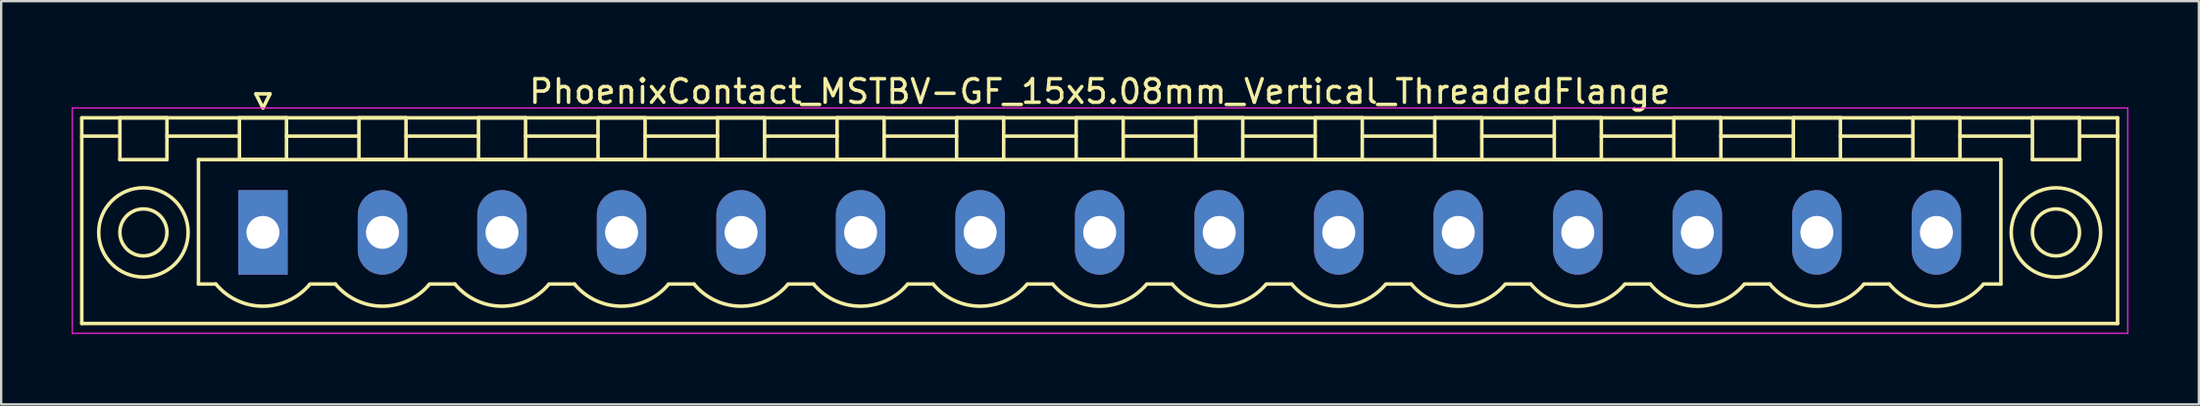
<source format=kicad_pcb>
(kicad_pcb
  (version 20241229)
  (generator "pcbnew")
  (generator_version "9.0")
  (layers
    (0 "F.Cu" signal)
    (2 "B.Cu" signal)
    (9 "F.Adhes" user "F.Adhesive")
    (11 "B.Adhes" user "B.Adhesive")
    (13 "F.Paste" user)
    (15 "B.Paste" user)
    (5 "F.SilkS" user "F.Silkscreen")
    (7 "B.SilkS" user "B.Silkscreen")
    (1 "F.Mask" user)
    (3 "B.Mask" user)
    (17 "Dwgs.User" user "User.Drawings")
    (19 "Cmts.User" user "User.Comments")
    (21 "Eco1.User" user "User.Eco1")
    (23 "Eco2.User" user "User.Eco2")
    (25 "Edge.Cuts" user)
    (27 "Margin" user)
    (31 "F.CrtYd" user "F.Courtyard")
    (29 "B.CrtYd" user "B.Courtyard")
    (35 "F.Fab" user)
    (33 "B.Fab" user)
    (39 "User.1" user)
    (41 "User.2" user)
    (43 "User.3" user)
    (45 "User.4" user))
  (footprint "PhoenixContact_MSTBV-GF_15x5.08mm_Vertical_ThreadedFlange"
    (layer "F.Cu")
    (at 8.125 6.848)
    (property "Reference" "PhoenixContact_MSTBV-GF_15x5.08mm_Vertical_ThreadedFlange" (at 35.56 -6 0) (layer "F.SilkS") (effects (font (size 1 1) (thickness 0.15))))
    (attr through_hole)
    (fp_line (start -7.7 -4.88) (end -7.7 3.88) (stroke (width 0.15) (type solid)) (layer "F.SilkS"))
    (fp_line (start -7.7 -4.1) (end -6.16 -4.1) (stroke (width 0.15) (type solid)) (layer "F.SilkS"))
    (fp_line (start -7.7 3.88) (end 78.82 3.88) (stroke (width 0.15) (type solid)) (layer "F.SilkS"))
    (fp_line (start -6.08 -4.88) (end -4.08 -4.88) (stroke (width 0.15) (type solid)) (layer "F.SilkS"))
    (fp_line (start -6.08 -3.1) (end -6.08 -4.88) (stroke (width 0.15) (type solid)) (layer "F.SilkS"))
    (fp_line (start -4.08 -4.88) (end -4.08 -3.1) (stroke (width 0.15) (type solid)) (layer "F.SilkS"))
    (fp_line (start -4.08 -4.1) (end -1 -4.1) (stroke (width 0.15) (type solid)) (layer "F.SilkS"))
    (fp_line (start -4.08 -3.1) (end -6.08 -3.1) (stroke (width 0.15) (type solid)) (layer "F.SilkS"))
    (fp_line (start -2.74 -3.1) (end 73.86 -3.1) (stroke (width 0.15) (type solid)) (layer "F.SilkS"))
    (fp_line (start -2.74 2.2) (end -2.74 -3.1) (stroke (width 0.15) (type solid)) (layer "F.SilkS"))
    (fp_line (start -2 2.2) (end -2.74 2.2) (stroke (width 0.15) (type solid)) (layer "F.SilkS"))
    (fp_line (start -1 -4.88) (end 1 -4.88) (stroke (width 0.15) (type solid)) (layer "F.SilkS"))
    (fp_line (start -1 -3.1) (end -1 -4.88) (stroke (width 0.15) (type solid)) (layer "F.SilkS"))
    (fp_line (start -0.3 -5.9) (end 0 -5.3) (stroke (width 0.15) (type solid)) (layer "F.SilkS"))
    (fp_line (start 0 -5.3) (end 0.3 -5.9) (stroke (width 0.15) (type solid)) (layer "F.SilkS"))
    (fp_line (start 0.3 -5.9) (end -0.3 -5.9) (stroke (width 0.15) (type solid)) (layer "F.SilkS"))
    (fp_line (start 1 -4.88) (end 1 -3.1) (stroke (width 0.15) (type solid)) (layer "F.SilkS"))
    (fp_line (start 1 -4.1) (end 4.08 -4.1) (stroke (width 0.15) (type solid)) (layer "F.SilkS"))
    (fp_line (start 1 -3.1) (end -1 -3.1) (stroke (width 0.15) (type solid)) (layer "F.SilkS"))
    (fp_line (start 2 2.2) (end 3.08 2.2) (stroke (width 0.15) (type solid)) (layer "F.SilkS"))
    (fp_line (start 4.08 -4.88) (end 6.08 -4.88) (stroke (width 0.15) (type solid)) (layer "F.SilkS"))
    (fp_line (start 4.08 -3.1) (end 4.08 -4.88) (stroke (width 0.15) (type solid)) (layer "F.SilkS"))
    (fp_line (start 6.08 -4.88) (end 6.08 -3.1) (stroke (width 0.15) (type solid)) (layer "F.SilkS"))
    (fp_line (start 6.08 -4.1) (end 9.16 -4.1) (stroke (width 0.15) (type solid)) (layer "F.SilkS"))
    (fp_line (start 6.08 -3.1) (end 4.08 -3.1) (stroke (width 0.15) (type solid)) (layer "F.SilkS"))
    (fp_line (start 7.08 2.2) (end 8.16 2.2) (stroke (width 0.15) (type solid)) (layer "F.SilkS"))
    (fp_line (start 9.16 -4.88) (end 11.16 -4.88) (stroke (width 0.15) (type solid)) (layer "F.SilkS"))
    (fp_line (start 9.16 -3.1) (end 9.16 -4.88) (stroke (width 0.15) (type solid)) (layer "F.SilkS"))
    (fp_line (start 11.16 -4.88) (end 11.16 -3.1) (stroke (width 0.15) (type solid)) (layer "F.SilkS"))
    (fp_line (start 11.16 -4.1) (end 14.24 -4.1) (stroke (width 0.15) (type solid)) (layer "F.SilkS"))
    (fp_line (start 11.16 -3.1) (end 9.16 -3.1) (stroke (width 0.15) (type solid)) (layer "F.SilkS"))
    (fp_line (start 12.16 2.2) (end 13.24 2.2) (stroke (width 0.15) (type solid)) (layer "F.SilkS"))
    (fp_line (start 14.24 -4.88) (end 16.24 -4.88) (stroke (width 0.15) (type solid)) (layer "F.SilkS"))
    (fp_line (start 14.24 -3.1) (end 14.24 -4.88) (stroke (width 0.15) (type solid)) (layer "F.SilkS"))
    (fp_line (start 16.24 -4.88) (end 16.24 -3.1) (stroke (width 0.15) (type solid)) (layer "F.SilkS"))
    (fp_line (start 16.24 -4.1) (end 19.32 -4.1) (stroke (width 0.15) (type solid)) (layer "F.SilkS"))
    (fp_line (start 16.24 -3.1) (end 14.24 -3.1) (stroke (width 0.15) (type solid)) (layer "F.SilkS"))
    (fp_line (start 17.24 2.2) (end 18.32 2.2) (stroke (width 0.15) (type solid)) (layer "F.SilkS"))
    (fp_line (start 19.32 -4.88) (end 21.32 -4.88) (stroke (width 0.15) (type solid)) (layer "F.SilkS"))
    (fp_line (start 19.32 -3.1) (end 19.32 -4.88) (stroke (width 0.15) (type solid)) (layer "F.SilkS"))
    (fp_line (start 21.32 -4.88) (end 21.32 -3.1) (stroke (width 0.15) (type solid)) (layer "F.SilkS"))
    (fp_line (start 21.32 -4.1) (end 24.4 -4.1) (stroke (width 0.15) (type solid)) (layer "F.SilkS"))
    (fp_line (start 21.32 -3.1) (end 19.32 -3.1) (stroke (width 0.15) (type solid)) (layer "F.SilkS"))
    (fp_line (start 22.32 2.2) (end 23.4 2.2) (stroke (width 0.15) (type solid)) (layer "F.SilkS"))
    (fp_line (start 24.4 -4.88) (end 26.4 -4.88) (stroke (width 0.15) (type solid)) (layer "F.SilkS"))
    (fp_line (start 24.4 -3.1) (end 24.4 -4.88) (stroke (width 0.15) (type solid)) (layer "F.SilkS"))
    (fp_line (start 26.4 -4.88) (end 26.4 -3.1) (stroke (width 0.15) (type solid)) (layer "F.SilkS"))
    (fp_line (start 26.4 -4.1) (end 29.48 -4.1) (stroke (width 0.15) (type solid)) (layer "F.SilkS"))
    (fp_line (start 26.4 -3.1) (end 24.4 -3.1) (stroke (width 0.15) (type solid)) (layer "F.SilkS"))
    (fp_line (start 27.4 2.2) (end 28.48 2.2) (stroke (width 0.15) (type solid)) (layer "F.SilkS"))
    (fp_line (start 29.48 -4.88) (end 31.48 -4.88) (stroke (width 0.15) (type solid)) (layer "F.SilkS"))
    (fp_line (start 29.48 -3.1) (end 29.48 -4.88) (stroke (width 0.15) (type solid)) (layer "F.SilkS"))
    (fp_line (start 31.48 -4.88) (end 31.48 -3.1) (stroke (width 0.15) (type solid)) (layer "F.SilkS"))
    (fp_line (start 31.48 -4.1) (end 34.56 -4.1) (stroke (width 0.15) (type solid)) (layer "F.SilkS"))
    (fp_line (start 31.48 -3.1) (end 29.48 -3.1) (stroke (width 0.15) (type solid)) (layer "F.SilkS"))
    (fp_line (start 32.48 2.2) (end 33.56 2.2) (stroke (width 0.15) (type solid)) (layer "F.SilkS"))
    (fp_line (start 34.56 -4.88) (end 36.56 -4.88) (stroke (width 0.15) (type solid)) (layer "F.SilkS"))
    (fp_line (start 34.56 -3.1) (end 34.56 -4.88) (stroke (width 0.15) (type solid)) (layer "F.SilkS"))
    (fp_line (start 36.56 -4.88) (end 36.56 -3.1) (stroke (width 0.15) (type solid)) (layer "F.SilkS"))
    (fp_line (start 36.56 -4.1) (end 39.64 -4.1) (stroke (width 0.15) (type solid)) (layer "F.SilkS"))
    (fp_line (start 36.56 -3.1) (end 34.56 -3.1) (stroke (width 0.15) (type solid)) (layer "F.SilkS"))
    (fp_line (start 37.56 2.2) (end 38.64 2.2) (stroke (width 0.15) (type solid)) (layer "F.SilkS"))
    (fp_line (start 39.64 -4.88) (end 41.64 -4.88) (stroke (width 0.15) (type solid)) (layer "F.SilkS"))
    (fp_line (start 39.64 -3.1) (end 39.64 -4.88) (stroke (width 0.15) (type solid)) (layer "F.SilkS"))
    (fp_line (start 41.64 -4.88) (end 41.64 -3.1) (stroke (width 0.15) (type solid)) (layer "F.SilkS"))
    (fp_line (start 41.64 -4.1) (end 44.72 -4.1) (stroke (width 0.15) (type solid)) (layer "F.SilkS"))
    (fp_line (start 41.64 -3.1) (end 39.64 -3.1) (stroke (width 0.15) (type solid)) (layer "F.SilkS"))
    (fp_line (start 42.64 2.2) (end 43.72 2.2) (stroke (width 0.15) (type solid)) (layer "F.SilkS"))
    (fp_line (start 44.72 -4.88) (end 46.72 -4.88) (stroke (width 0.15) (type solid)) (layer "F.SilkS"))
    (fp_line (start 44.72 -3.1) (end 44.72 -4.88) (stroke (width 0.15) (type solid)) (layer "F.SilkS"))
    (fp_line (start 46.72 -4.88) (end 46.72 -3.1) (stroke (width 0.15) (type solid)) (layer "F.SilkS"))
    (fp_line (start 46.72 -4.1) (end 49.8 -4.1) (stroke (width 0.15) (type solid)) (layer "F.SilkS"))
    (fp_line (start 46.72 -3.1) (end 44.72 -3.1) (stroke (width 0.15) (type solid)) (layer "F.SilkS"))
    (fp_line (start 47.72 2.2) (end 48.8 2.2) (stroke (width 0.15) (type solid)) (layer "F.SilkS"))
    (fp_line (start 49.8 -4.88) (end 51.8 -4.88) (stroke (width 0.15) (type solid)) (layer "F.SilkS"))
    (fp_line (start 49.8 -3.1) (end 49.8 -4.88) (stroke (width 0.15) (type solid)) (layer "F.SilkS"))
    (fp_line (start 51.8 -4.88) (end 51.8 -3.1) (stroke (width 0.15) (type solid)) (layer "F.SilkS"))
    (fp_line (start 51.8 -4.1) (end 54.88 -4.1) (stroke (width 0.15) (type solid)) (layer "F.SilkS"))
    (fp_line (start 51.8 -3.1) (end 49.8 -3.1) (stroke (width 0.15) (type solid)) (layer "F.SilkS"))
    (fp_line (start 52.8 2.2) (end 53.88 2.2) (stroke (width 0.15) (type solid)) (layer "F.SilkS"))
    (fp_line (start 54.88 -4.88) (end 56.88 -4.88) (stroke (width 0.15) (type solid)) (layer "F.SilkS"))
    (fp_line (start 54.88 -3.1) (end 54.88 -4.88) (stroke (width 0.15) (type solid)) (layer "F.SilkS"))
    (fp_line (start 56.88 -4.88) (end 56.88 -3.1) (stroke (width 0.15) (type solid)) (layer "F.SilkS"))
    (fp_line (start 56.88 -4.1) (end 59.96 -4.1) (stroke (width 0.15) (type solid)) (layer "F.SilkS"))
    (fp_line (start 56.88 -3.1) (end 54.88 -3.1) (stroke (width 0.15) (type solid)) (layer "F.SilkS"))
    (fp_line (start 57.88 2.2) (end 58.96 2.2) (stroke (width 0.15) (type solid)) (layer "F.SilkS"))
    (fp_line (start 59.96 -4.88) (end 61.96 -4.88) (stroke (width 0.15) (type solid)) (layer "F.SilkS"))
    (fp_line (start 59.96 -3.1) (end 59.96 -4.88) (stroke (width 0.15) (type solid)) (layer "F.SilkS"))
    (fp_line (start 61.96 -4.88) (end 61.96 -3.1) (stroke (width 0.15) (type solid)) (layer "F.SilkS"))
    (fp_line (start 61.96 -4.1) (end 65.04 -4.1) (stroke (width 0.15) (type solid)) (layer "F.SilkS"))
    (fp_line (start 61.96 -3.1) (end 59.96 -3.1) (stroke (width 0.15) (type solid)) (layer "F.SilkS"))
    (fp_line (start 62.96 2.2) (end 64.04 2.2) (stroke (width 0.15) (type solid)) (layer "F.SilkS"))
    (fp_line (start 65.04 -4.88) (end 67.04 -4.88) (stroke (width 0.15) (type solid)) (layer "F.SilkS"))
    (fp_line (start 65.04 -3.1) (end 65.04 -4.88) (stroke (width 0.15) (type solid)) (layer "F.SilkS"))
    (fp_line (start 67.04 -4.88) (end 67.04 -3.1) (stroke (width 0.15) (type solid)) (layer "F.SilkS"))
    (fp_line (start 67.04 -4.1) (end 70.12 -4.1) (stroke (width 0.15) (type solid)) (layer "F.SilkS"))
    (fp_line (start 67.04 -3.1) (end 65.04 -3.1) (stroke (width 0.15) (type solid)) (layer "F.SilkS"))
    (fp_line (start 68.04 2.2) (end 69.12 2.2) (stroke (width 0.15) (type solid)) (layer "F.SilkS"))
    (fp_line (start 70.12 -4.88) (end 72.12 -4.88) (stroke (width 0.15) (type solid)) (layer "F.SilkS"))
    (fp_line (start 70.12 -3.1) (end 70.12 -4.88) (stroke (width 0.15) (type solid)) (layer "F.SilkS"))
    (fp_line (start 72.12 -4.88) (end 72.12 -3.1) (stroke (width 0.15) (type solid)) (layer "F.SilkS"))
    (fp_line (start 72.12 -4.1) (end 75.2 -4.1) (stroke (width 0.15) (type solid)) (layer "F.SilkS"))
    (fp_line (start 72.12 -3.1) (end 70.12 -3.1) (stroke (width 0.15) (type solid)) (layer "F.SilkS"))
    (fp_line (start 73.86 -3.1) (end 73.86 2.2) (stroke (width 0.15) (type solid)) (layer "F.SilkS"))
    (fp_line (start 73.86 2.2) (end 73.12 2.2) (stroke (width 0.15) (type solid)) (layer "F.SilkS"))
    (fp_line (start 75.2 -4.88) (end 77.2 -4.88) (stroke (width 0.15) (type solid)) (layer "F.SilkS"))
    (fp_line (start 75.2 -3.1) (end 75.2 -4.88) (stroke (width 0.15) (type solid)) (layer "F.SilkS"))
    (fp_line (start 77.2 -4.88) (end 77.2 -3.1) (stroke (width 0.15) (type solid)) (layer "F.SilkS"))
    (fp_line (start 77.2 -3.1) (end 75.2 -3.1) (stroke (width 0.15) (type solid)) (layer "F.SilkS"))
    (fp_line (start 78.82 -4.88) (end -7.7 -4.88) (stroke (width 0.15) (type solid)) (layer "F.SilkS"))
    (fp_line (start 78.82 -4.1) (end 77.28 -4.1) (stroke (width 0.15) (type solid)) (layer "F.SilkS"))
    (fp_line (start 78.82 3.88) (end 78.82 -4.88) (stroke (width 0.15) (type solid)) (layer "F.SilkS"))
    (fp_arc (start 1.986842 2.215821) (mid -0.010289 3.142758) (end -2 2.2) (stroke (width 0.15) (type solid)) (layer "F.SilkS"))
    (fp_arc (start 7.066842 2.215821) (mid 5.069711 3.142758) (end 3.08 2.2) (stroke (width 0.15) (type solid)) (layer "F.SilkS"))
    (fp_arc (start 12.146842 2.215821) (mid 10.149711 3.142758) (end 8.16 2.2) (stroke (width 0.15) (type solid)) (layer "F.SilkS"))
    (fp_arc (start 17.226842 2.215821) (mid 15.229711 3.142758) (end 13.24 2.2) (stroke (width 0.15) (type solid)) (layer "F.SilkS"))
    (fp_arc (start 22.306842 2.215821) (mid 20.309711 3.142758) (end 18.32 2.2) (stroke (width 0.15) (type solid)) (layer "F.SilkS"))
    (fp_arc (start 27.386842 2.215821) (mid 25.389711 3.142758) (end 23.4 2.2) (stroke (width 0.15) (type solid)) (layer "F.SilkS"))
    (fp_arc (start 32.466842 2.215821) (mid 30.469711 3.142758) (end 28.48 2.2) (stroke (width 0.15) (type solid)) (layer "F.SilkS"))
    (fp_arc (start 37.546842 2.215821) (mid 35.549711 3.142758) (end 33.56 2.2) (stroke (width 0.15) (type solid)) (layer "F.SilkS"))
    (fp_arc (start 42.626842 2.215821) (mid 40.629711 3.142758) (end 38.64 2.2) (stroke (width 0.15) (type solid)) (layer "F.SilkS"))
    (fp_arc (start 47.706842 2.215821) (mid 45.709711 3.142758) (end 43.72 2.2) (stroke (width 0.15) (type solid)) (layer "F.SilkS"))
    (fp_arc (start 52.786842 2.215821) (mid 50.789711 3.142758) (end 48.8 2.2) (stroke (width 0.15) (type solid)) (layer "F.SilkS"))
    (fp_arc (start 57.866842 2.215821) (mid 55.869711 3.142758) (end 53.88 2.2) (stroke (width 0.15) (type solid)) (layer "F.SilkS"))
    (fp_arc (start 62.946842 2.215821) (mid 60.949711 3.142758) (end 58.96 2.2) (stroke (width 0.15) (type solid)) (layer "F.SilkS"))
    (fp_arc (start 68.026842 2.215821) (mid 66.029711 3.142758) (end 64.04 2.2) (stroke (width 0.15) (type solid)) (layer "F.SilkS"))
    (fp_arc (start 73.106842 2.215821) (mid 71.109711 3.142758) (end 69.12 2.2) (stroke (width 0.15) (type solid)) (layer "F.SilkS"))
    (fp_circle (center -5.08 0) (end -4.08 0) (stroke (width 0.15) (type solid)) (fill no) (layer "F.SilkS"))
    (fp_circle (center -5.08 0) (end -3.18 0) (stroke (width 0.15) (type solid)) (fill no) (layer "F.SilkS"))
    (fp_circle (center 76.2 0) (end 77.2 0) (stroke (width 0.15) (type solid)) (fill no) (layer "F.SilkS"))
    (fp_circle (center 76.2 0) (end 78.1 0) (stroke (width 0.15) (type solid)) (fill no) (layer "F.SilkS"))
    (fp_line (start -8.1 -5.3) (end -8.1 4.3) (stroke (width 0.05) (type solid)) (layer "F.CrtYd"))
    (fp_line (start -8.1 4.3) (end 79.25 4.3) (stroke (width 0.05) (type solid)) (layer "F.CrtYd"))
    (fp_line (start 79.25 -5.3) (end -8.1 -5.3) (stroke (width 0.05) (type solid)) (layer "F.CrtYd"))
    (fp_line (start 79.25 4.3) (end 79.25 -5.3) (stroke (width 0.05) (type solid)) (layer "F.CrtYd"))
    (pad "1" thru_hole rect (at 0 0) (size 2.1 3.6) (drill 1.4) (layers "*.Cu" "*.Mask"))
    (pad "2" thru_hole oval (at 5.08 0) (size 2.1 3.6) (drill 1.4) (layers "*.Cu" "*.Mask"))
    (pad "3" thru_hole oval (at 10.16 0) (size 2.1 3.6) (drill 1.4) (layers "*.Cu" "*.Mask"))
    (pad "4" thru_hole oval (at 15.24 0) (size 2.1 3.6) (drill 1.4) (layers "*.Cu" "*.Mask"))
    (pad "5" thru_hole oval (at 20.32 0) (size 2.1 3.6) (drill 1.4) (layers "*.Cu" "*.Mask"))
    (pad "6" thru_hole oval (at 25.4 0) (size 2.1 3.6) (drill 1.4) (layers "*.Cu" "*.Mask"))
    (pad "7" thru_hole oval (at 30.48 0) (size 2.1 3.6) (drill 1.4) (layers "*.Cu" "*.Mask"))
    (pad "8" thru_hole oval (at 35.56 0) (size 2.1 3.6) (drill 1.4) (layers "*.Cu" "*.Mask"))
    (pad "9" thru_hole oval (at 40.64 0) (size 2.1 3.6) (drill 1.4) (layers "*.Cu" "*.Mask"))
    (pad "10" thru_hole oval (at 45.72 0) (size 2.1 3.6) (drill 1.4) (layers "*.Cu" "*.Mask"))
    (pad "11" thru_hole oval (at 50.8 0) (size 2.1 3.6) (drill 1.4) (layers "*.Cu" "*.Mask"))
    (pad "12" thru_hole oval (at 55.88 0) (size 2.1 3.6) (drill 1.4) (layers "*.Cu" "*.Mask"))
    (pad "13" thru_hole oval (at 60.96 0) (size 2.1 3.6) (drill 1.4) (layers "*.Cu" "*.Mask"))
    (pad "14" thru_hole oval (at 66.04 0) (size 2.1 3.6) (drill 1.4) (layers "*.Cu" "*.Mask"))
    (pad "15" thru_hole oval (at 71.12 0) (size 2.1 3.6) (drill 1.4) (layers "*.Cu" "*.Mask")))
  (gr_rect
    (start -3 -3)
    (end 90.4 14.173)
    (stroke (width 0.1) (type default))
    (fill no)
    (layer "Edge.Cuts")))
</source>
